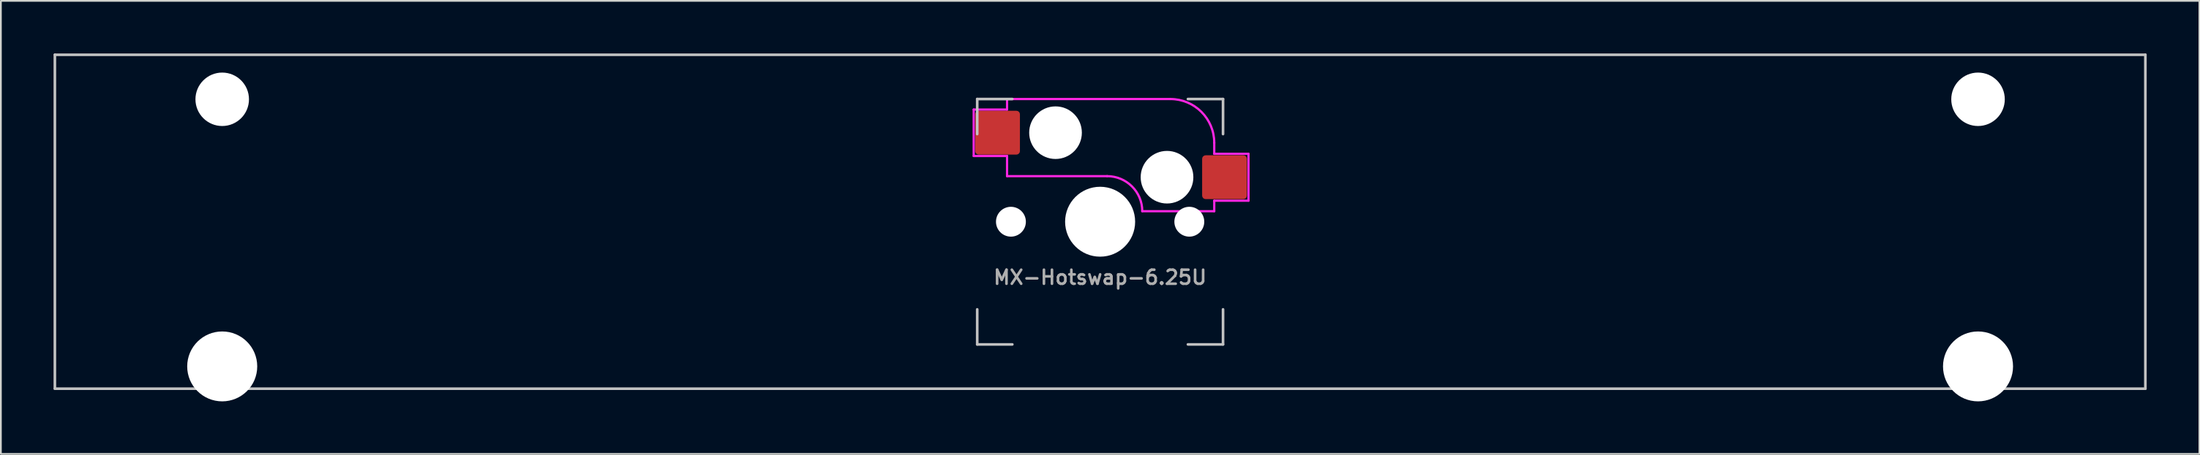
<source format=kicad_pcb>
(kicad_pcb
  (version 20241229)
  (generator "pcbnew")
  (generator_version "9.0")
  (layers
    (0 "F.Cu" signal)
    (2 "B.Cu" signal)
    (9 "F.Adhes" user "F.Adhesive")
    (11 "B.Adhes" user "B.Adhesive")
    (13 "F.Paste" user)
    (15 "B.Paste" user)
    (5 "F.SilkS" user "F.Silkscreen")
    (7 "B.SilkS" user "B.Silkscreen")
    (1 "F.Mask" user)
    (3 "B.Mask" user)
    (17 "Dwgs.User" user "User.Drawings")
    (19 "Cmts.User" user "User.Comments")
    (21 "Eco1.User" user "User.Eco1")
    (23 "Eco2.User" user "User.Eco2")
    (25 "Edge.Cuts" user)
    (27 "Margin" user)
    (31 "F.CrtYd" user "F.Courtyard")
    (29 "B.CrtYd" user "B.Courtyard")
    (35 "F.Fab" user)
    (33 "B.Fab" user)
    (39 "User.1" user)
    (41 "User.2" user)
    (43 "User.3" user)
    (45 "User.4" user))
  (footprint "MX-Hotswap-6.25U"
    (layer "F.Cu")
    (at 59.606 9.6)
    (property "Reference" "MX-Hotswap-6.25U" (at 0 3.175 0) (layer "F.Fab") (effects (font (size 0.8 0.8) (thickness 0.15))))
    (attr smd)
    (fp_line (start -59.531 9.525) (end -59.531 -9.525) (stroke (width 0.15) (type solid)) (layer "Dwgs.User"))
    (fp_line (start -7 -7) (end -5 -7) (stroke (width 0.15) (type solid)) (layer "Dwgs.User"))
    (fp_line (start -7 -5) (end -7 -7) (stroke (width 0.15) (type solid)) (layer "Dwgs.User"))
    (fp_line (start -7 5) (end -7 7) (stroke (width 0.15) (type solid)) (layer "Dwgs.User"))
    (fp_line (start -7 7) (end -5 7) (stroke (width 0.15) (type solid)) (layer "Dwgs.User"))
    (fp_line (start 5 7) (end 7 7) (stroke (width 0.15) (type solid)) (layer "Dwgs.User"))
    (fp_line (start 7 -7) (end 5 -7) (stroke (width 0.15) (type solid)) (layer "Dwgs.User"))
    (fp_line (start 7 -5) (end 7 -7) (stroke (width 0.15) (type solid)) (layer "Dwgs.User"))
    (fp_line (start 7 7) (end 7 5) (stroke (width 0.15) (type solid)) (layer "Dwgs.User"))
    (fp_line (start 59.531 -9.525) (end -59.531 -9.525) (stroke (width 0.15) (type solid)) (layer "Dwgs.User"))
    (fp_line (start 59.531 9.525) (end -59.531 9.525) (stroke (width 0.15) (type solid)) (layer "Dwgs.User"))
    (fp_line (start 59.531 9.525) (end 59.531 -9.525) (stroke (width 0.15) (type solid)) (layer "Dwgs.User"))
    (fp_line (start -7.2 -6.4) (end -5.3 -6.4) (stroke (width 0.127) (type solid)) (layer "F.CrtYd"))
    (fp_line (start -7.2 -3.75) (end -7.2 -6.4) (stroke (width 0.127) (type solid)) (layer "F.CrtYd"))
    (fp_line (start -5.3 -6.4) (end -5.3 -7) (stroke (width 0.127) (type solid)) (layer "F.CrtYd"))
    (fp_line (start -5.3 -3.75) (end -7.2 -3.75) (stroke (width 0.127) (type solid)) (layer "F.CrtYd"))
    (fp_line (start -5.3 -3.75) (end -5.3 -2.6) (stroke (width 0.127) (type solid)) (layer "F.CrtYd"))
    (fp_line (start -5.3 -2.6) (end 0.4 -2.6) (stroke (width 0.127) (type solid)) (layer "F.CrtYd"))
    (fp_line (start 2.4 -0.6) (end 6.5 -0.6) (stroke (width 0.127) (type solid)) (layer "F.CrtYd"))
    (fp_line (start 4 -7) (end -5.3 -7) (stroke (width 0.127) (type solid)) (layer "F.CrtYd"))
    (fp_line (start 6.5 -3.875) (end 6.5 -4.5) (stroke (width 0.127) (type solid)) (layer "F.CrtYd"))
    (fp_line (start 6.5 -1.2) (end 6.5 -0.6) (stroke (width 0.127) (type solid)) (layer "F.CrtYd"))
    (fp_line (start 6.5 -1.2) (end 8.45 -1.2) (stroke (width 0.127) (type solid)) (layer "F.CrtYd"))
    (fp_line (start 8.45 -3.875) (end 6.5 -3.875) (stroke (width 0.127) (type solid)) (layer "F.CrtYd"))
    (fp_line (start 8.45 -1.2) (end 8.45 -3.875) (stroke (width 0.127) (type solid)) (layer "F.CrtYd"))
    (fp_arc (start 0.4 -2.6) (mid 1.814214 -2.014214) (end 2.4 -0.6) (stroke (width 0.127) (type solid)) (layer "F.CrtYd"))
    (fp_arc (start 4 -7) (mid 5.767767 -6.267767) (end 6.5 -4.5) (stroke (width 0.127) (type solid)) (layer "F.CrtYd"))
    (pad "" np_thru_hole circle (at -50 -6.985) (size 3.048 3.048) (drill 3.048) (layers "*.Cu" "*.Mask"))
    (pad "" np_thru_hole circle (at -50 8.255) (size 3.988 3.988) (drill 3.988) (layers "*.Cu" "*.Mask"))
    (pad "" np_thru_hole circle (at -5.08 0 311.901) (size 1.702 1.702) (drill 1.702) (layers "*.Cu" "*.Mask"))
    (pad "" np_thru_hole circle (at -2.54 -5.08) (size 3 3) (drill 3) (layers "*.Cu" "*.Mask"))
    (pad "" np_thru_hole circle (at 0 0) (size 3.988 3.988) (drill 3.988) (layers "*.Cu" "*.Mask"))
    (pad "" np_thru_hole circle (at 3.81 -2.54) (size 3 3) (drill 3) (layers "*.Cu" "*.Mask"))
    (pad "" np_thru_hole circle (at 5.08 0 311.901) (size 1.702 1.702) (drill 1.702) (layers "*.Cu" "*.Mask"))
    (pad "" np_thru_hole circle (at 50 -6.985) (size 3.048 3.048) (drill 3.048) (layers "*.Cu" "*.Mask"))
    (pad "" np_thru_hole circle (at 50 8.255) (size 3.988 3.988) (drill 3.988) (layers "*.Cu" "*.Mask"))
    (pad "1" smd roundrect (at 7.085 -2.54) (size 2.55 2.5) (layers "F.Cu" "F.Mask" "F.Paste") (roundrect_rratio 0.08))
    (pad "2" smd roundrect (at -5.842 -5.08) (size 2.55 2.5) (layers "F.Cu" "F.Mask" "F.Paste") (roundrect_rratio 0.08)))
  (gr_rect
    (start -3 -3)
    (end 122.213 22.849)
    (stroke (width 0.1) (type default))
    (fill no)
    (layer "Edge.Cuts")))
</source>
